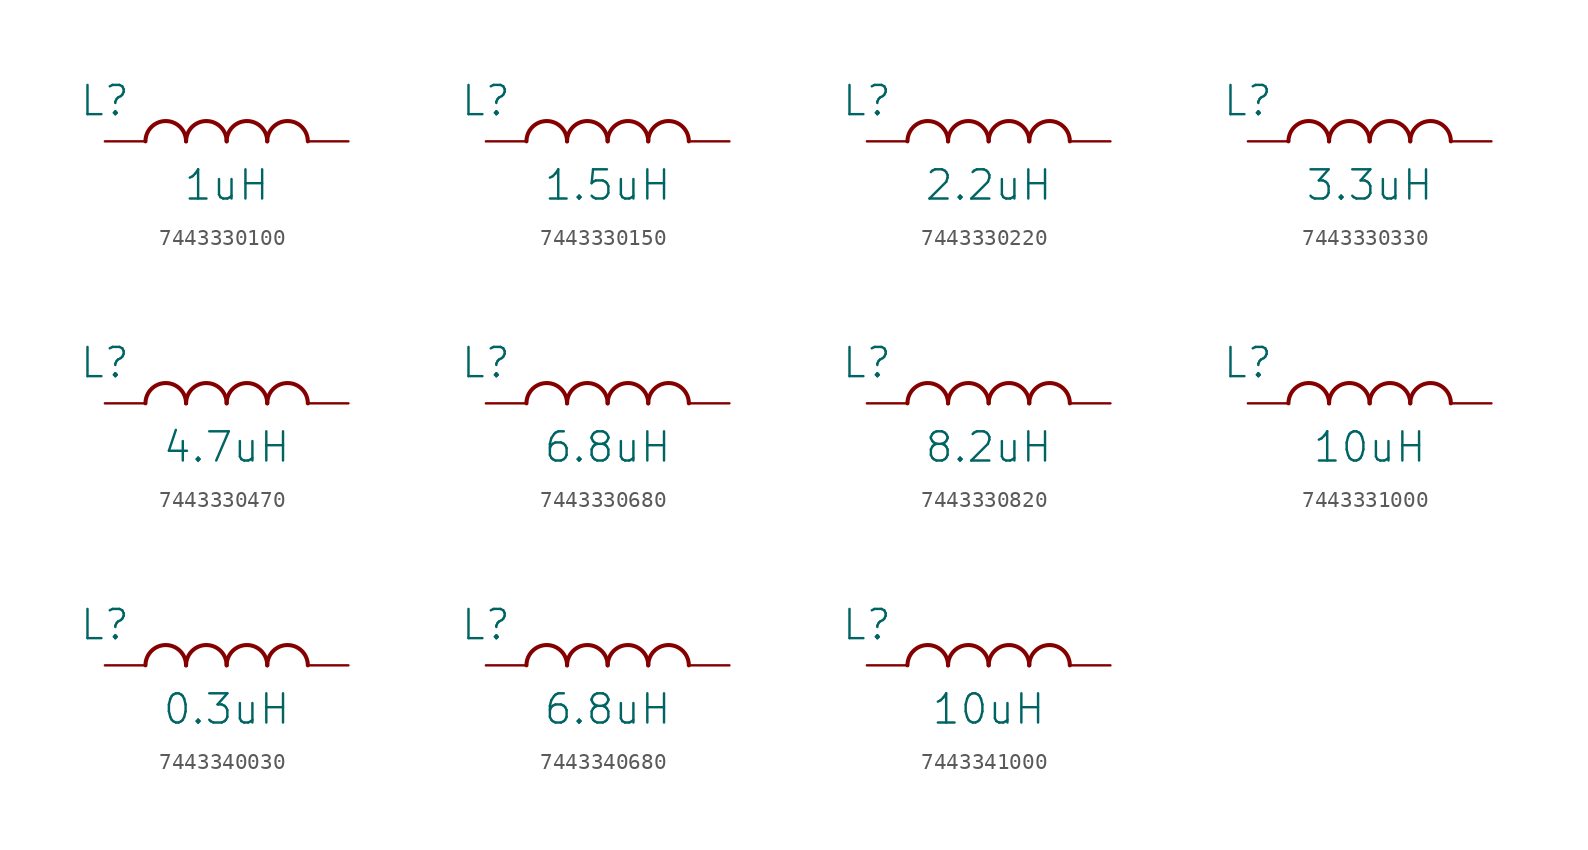
<source format=kicad_sym>
(kicad_symbol_lib
  (version 20231120)
  (generator "kicad_symbol_editor")
  (generator_version "8.0")
  (symbol "7443330100"
    (property "Reference" "L"
      (at 0 2.54 0)
      (effects (font (size 1.829 1.829))))
    (property "Value" "1uH"
      (at 7.62 -3.81 0)
      (effects (font (size 1.829 1.829)) (justify bottom)))
    (symbol "7443330100_1_0"
      (arc (start 5.08 0) (mid 3.81 1.27) (end 2.54 0) (stroke (width 0.254) (type solid)) (fill (type none)))
      (arc (start 7.62 0) (mid 6.35 1.27) (end 5.08 0) (stroke (width 0.254) (type solid)) (fill (type none)))
      (arc (start 10.16 0) (mid 8.89 1.27) (end 7.62 0) (stroke (width 0.254) (type solid)) (fill (type none)))
      (arc (start 12.7 0) (mid 11.43 1.27) (end 10.16 0) (stroke (width 0.254) (type solid)) (fill (type none)))
      (pin passive line (at 0 0 0) (length 2.54) (name "1" (effects (font (size 0 0)))) (number "1" (effects (font (size 0 0)))))
      (pin passive line (at 15.24 0 180) (length 2.54) (name "2" (effects (font (size 0 0)))) (number "2" (effects (font (size 0 0)))))))
  (symbol "7443330150"
    (property "Reference" "L"
      (at 0 2.54 0)
      (effects (font (size 1.829 1.829))))
    (property "Value" "1.5uH"
      (at 7.62 -3.81 0)
      (effects (font (size 1.829 1.829)) (justify bottom)))
    (symbol "7443330150_1_0"
      (arc (start 5.08 0) (mid 3.81 1.27) (end 2.54 0) (stroke (width 0.254) (type solid)) (fill (type none)))
      (arc (start 7.62 0) (mid 6.35 1.27) (end 5.08 0) (stroke (width 0.254) (type solid)) (fill (type none)))
      (arc (start 10.16 0) (mid 8.89 1.27) (end 7.62 0) (stroke (width 0.254) (type solid)) (fill (type none)))
      (arc (start 12.7 0) (mid 11.43 1.27) (end 10.16 0) (stroke (width 0.254) (type solid)) (fill (type none)))
      (pin passive line (at 0 0 0) (length 2.54) (name "1" (effects (font (size 0 0)))) (number "1" (effects (font (size 0 0)))))
      (pin passive line (at 15.24 0 180) (length 2.54) (name "2" (effects (font (size 0 0)))) (number "2" (effects (font (size 0 0)))))))
  (symbol "7443330220"
    (property "Reference" "L"
      (at 0 2.54 0)
      (effects (font (size 1.829 1.829))))
    (property "Value" "2.2uH"
      (at 7.62 -3.81 0)
      (effects (font (size 1.829 1.829)) (justify bottom)))
    (symbol "7443330220_1_0"
      (arc (start 5.08 0) (mid 3.81 1.27) (end 2.54 0) (stroke (width 0.254) (type solid)) (fill (type none)))
      (arc (start 7.62 0) (mid 6.35 1.27) (end 5.08 0) (stroke (width 0.254) (type solid)) (fill (type none)))
      (arc (start 10.16 0) (mid 8.89 1.27) (end 7.62 0) (stroke (width 0.254) (type solid)) (fill (type none)))
      (arc (start 12.7 0) (mid 11.43 1.27) (end 10.16 0) (stroke (width 0.254) (type solid)) (fill (type none)))
      (pin passive line (at 0 0 0) (length 2.54) (name "1" (effects (font (size 0 0)))) (number "1" (effects (font (size 0 0)))))
      (pin passive line (at 15.24 0 180) (length 2.54) (name "2" (effects (font (size 0 0)))) (number "2" (effects (font (size 0 0)))))))
  (symbol "7443330330"
    (property "Reference" "L"
      (at 0 2.54 0)
      (effects (font (size 1.829 1.829))))
    (property "Value" "3.3uH"
      (at 7.62 -3.81 0)
      (effects (font (size 1.829 1.829)) (justify bottom)))
    (symbol "7443330330_1_0"
      (arc (start 5.08 0) (mid 3.81 1.27) (end 2.54 0) (stroke (width 0.254) (type solid)) (fill (type none)))
      (arc (start 7.62 0) (mid 6.35 1.27) (end 5.08 0) (stroke (width 0.254) (type solid)) (fill (type none)))
      (arc (start 10.16 0) (mid 8.89 1.27) (end 7.62 0) (stroke (width 0.254) (type solid)) (fill (type none)))
      (arc (start 12.7 0) (mid 11.43 1.27) (end 10.16 0) (stroke (width 0.254) (type solid)) (fill (type none)))
      (pin passive line (at 0 0 0) (length 2.54) (name "1" (effects (font (size 0 0)))) (number "1" (effects (font (size 0 0)))))
      (pin passive line (at 15.24 0 180) (length 2.54) (name "2" (effects (font (size 0 0)))) (number "2" (effects (font (size 0 0)))))))
  (symbol "7443330470"
    (property "Reference" "L"
      (at 0 2.54 0)
      (effects (font (size 1.829 1.829))))
    (property "Value" "4.7uH"
      (at 7.62 -3.81 0)
      (effects (font (size 1.829 1.829)) (justify bottom)))
    (symbol "7443330470_1_0"
      (arc (start 5.08 0) (mid 3.81 1.27) (end 2.54 0) (stroke (width 0.254) (type solid)) (fill (type none)))
      (arc (start 7.62 0) (mid 6.35 1.27) (end 5.08 0) (stroke (width 0.254) (type solid)) (fill (type none)))
      (arc (start 10.16 0) (mid 8.89 1.27) (end 7.62 0) (stroke (width 0.254) (type solid)) (fill (type none)))
      (arc (start 12.7 0) (mid 11.43 1.27) (end 10.16 0) (stroke (width 0.254) (type solid)) (fill (type none)))
      (pin passive line (at 0 0 0) (length 2.54) (name "1" (effects (font (size 0 0)))) (number "1" (effects (font (size 0 0)))))
      (pin passive line (at 15.24 0 180) (length 2.54) (name "2" (effects (font (size 0 0)))) (number "2" (effects (font (size 0 0)))))))
  (symbol "7443330680"
    (property "Reference" "L"
      (at 0 2.54 0)
      (effects (font (size 1.829 1.829))))
    (property "Value" "6.8uH"
      (at 7.62 -3.81 0)
      (effects (font (size 1.829 1.829)) (justify bottom)))
    (symbol "7443330680_1_0"
      (arc (start 5.08 0) (mid 3.81 1.27) (end 2.54 0) (stroke (width 0.254) (type solid)) (fill (type none)))
      (arc (start 7.62 0) (mid 6.35 1.27) (end 5.08 0) (stroke (width 0.254) (type solid)) (fill (type none)))
      (arc (start 10.16 0) (mid 8.89 1.27) (end 7.62 0) (stroke (width 0.254) (type solid)) (fill (type none)))
      (arc (start 12.7 0) (mid 11.43 1.27) (end 10.16 0) (stroke (width 0.254) (type solid)) (fill (type none)))
      (pin passive line (at 0 0 0) (length 2.54) (name "1" (effects (font (size 0 0)))) (number "1" (effects (font (size 0 0)))))
      (pin passive line (at 15.24 0 180) (length 2.54) (name "2" (effects (font (size 0 0)))) (number "2" (effects (font (size 0 0)))))))
  (symbol "7443330820"
    (property "Reference" "L"
      (at 0 2.54 0)
      (effects (font (size 1.829 1.829))))
    (property "Value" "8.2uH"
      (at 7.62 -3.81 0)
      (effects (font (size 1.829 1.829)) (justify bottom)))
    (symbol "7443330820_1_0"
      (arc (start 5.08 0) (mid 3.81 1.27) (end 2.54 0) (stroke (width 0.254) (type solid)) (fill (type none)))
      (arc (start 7.62 0) (mid 6.35 1.27) (end 5.08 0) (stroke (width 0.254) (type solid)) (fill (type none)))
      (arc (start 10.16 0) (mid 8.89 1.27) (end 7.62 0) (stroke (width 0.254) (type solid)) (fill (type none)))
      (arc (start 12.7 0) (mid 11.43 1.27) (end 10.16 0) (stroke (width 0.254) (type solid)) (fill (type none)))
      (pin passive line (at 0 0 0) (length 2.54) (name "1" (effects (font (size 0 0)))) (number "1" (effects (font (size 0 0)))))
      (pin passive line (at 15.24 0 180) (length 2.54) (name "2" (effects (font (size 0 0)))) (number "2" (effects (font (size 0 0)))))))
  (symbol "7443331000"
    (property "Reference" "L"
      (at 0 2.54 0)
      (effects (font (size 1.829 1.829))))
    (property "Value" "10uH"
      (at 7.62 -3.81 0)
      (effects (font (size 1.829 1.829)) (justify bottom)))
    (symbol "7443331000_1_0"
      (arc (start 5.08 0) (mid 3.81 1.27) (end 2.54 0) (stroke (width 0.254) (type solid)) (fill (type none)))
      (arc (start 7.62 0) (mid 6.35 1.27) (end 5.08 0) (stroke (width 0.254) (type solid)) (fill (type none)))
      (arc (start 10.16 0) (mid 8.89 1.27) (end 7.62 0) (stroke (width 0.254) (type solid)) (fill (type none)))
      (arc (start 12.7 0) (mid 11.43 1.27) (end 10.16 0) (stroke (width 0.254) (type solid)) (fill (type none)))
      (pin passive line (at 0 0 0) (length 2.54) (name "1" (effects (font (size 0 0)))) (number "1" (effects (font (size 0 0)))))
      (pin passive line (at 15.24 0 180) (length 2.54) (name "2" (effects (font (size 0 0)))) (number "2" (effects (font (size 0 0)))))))
  (symbol "7443340030"
    (property "Reference" "L"
      (at 0 2.54 0)
      (effects (font (size 1.829 1.829))))
    (property "Value" "0.3uH"
      (at 7.62 -3.81 0)
      (effects (font (size 1.829 1.829)) (justify bottom)))
    (symbol "7443340030_1_0"
      (arc (start 5.08 0) (mid 3.81 1.27) (end 2.54 0) (stroke (width 0.254) (type solid)) (fill (type none)))
      (arc (start 7.62 0) (mid 6.35 1.27) (end 5.08 0) (stroke (width 0.254) (type solid)) (fill (type none)))
      (arc (start 10.16 0) (mid 8.89 1.27) (end 7.62 0) (stroke (width 0.254) (type solid)) (fill (type none)))
      (arc (start 12.7 0) (mid 11.43 1.27) (end 10.16 0) (stroke (width 0.254) (type solid)) (fill (type none)))
      (pin passive line (at 0 0 0) (length 2.54) (name "1" (effects (font (size 0 0)))) (number "1" (effects (font (size 0 0)))))
      (pin passive line (at 15.24 0 180) (length 2.54) (name "2" (effects (font (size 0 0)))) (number "2" (effects (font (size 0 0)))))))
  (symbol "7443340680"
    (property "Reference" "L"
      (at 0 2.54 0)
      (effects (font (size 1.829 1.829))))
    (property "Value" "6.8uH"
      (at 7.62 -3.81 0)
      (effects (font (size 1.829 1.829)) (justify bottom)))
    (symbol "7443340680_1_0"
      (arc (start 5.08 0) (mid 3.81 1.27) (end 2.54 0) (stroke (width 0.254) (type solid)) (fill (type none)))
      (arc (start 7.62 0) (mid 6.35 1.27) (end 5.08 0) (stroke (width 0.254) (type solid)) (fill (type none)))
      (arc (start 10.16 0) (mid 8.89 1.27) (end 7.62 0) (stroke (width 0.254) (type solid)) (fill (type none)))
      (arc (start 12.7 0) (mid 11.43 1.27) (end 10.16 0) (stroke (width 0.254) (type solid)) (fill (type none)))
      (pin passive line (at 0 0 0) (length 2.54) (name "1" (effects (font (size 0 0)))) (number "1" (effects (font (size 0 0)))))
      (pin passive line (at 15.24 0 180) (length 2.54) (name "2" (effects (font (size 0 0)))) (number "2" (effects (font (size 0 0)))))))
  (symbol "7443341000"
    (property "Reference" "L"
      (at 0 2.54 0)
      (effects (font (size 1.829 1.829))))
    (property "Value" "10uH"
      (at 7.62 -3.81 0)
      (effects (font (size 1.829 1.829)) (justify bottom)))
    (symbol "7443341000_1_0"
      (arc (start 5.08 0) (mid 3.81 1.27) (end 2.54 0) (stroke (width 0.254) (type solid)) (fill (type none)))
      (arc (start 7.62 0) (mid 6.35 1.27) (end 5.08 0) (stroke (width 0.254) (type solid)) (fill (type none)))
      (arc (start 10.16 0) (mid 8.89 1.27) (end 7.62 0) (stroke (width 0.254) (type solid)) (fill (type none)))
      (arc (start 12.7 0) (mid 11.43 1.27) (end 10.16 0) (stroke (width 0.254) (type solid)) (fill (type none)))
      (pin passive line (at 0 0 0) (length 2.54) (name "1" (effects (font (size 0 0)))) (number "1" (effects (font (size 0 0)))))
      (pin passive line (at 15.24 0 180) (length 2.54) (name "2" (effects (font (size 0 0)))) (number "2" (effects (font (size 0 0))))))))
</source>
